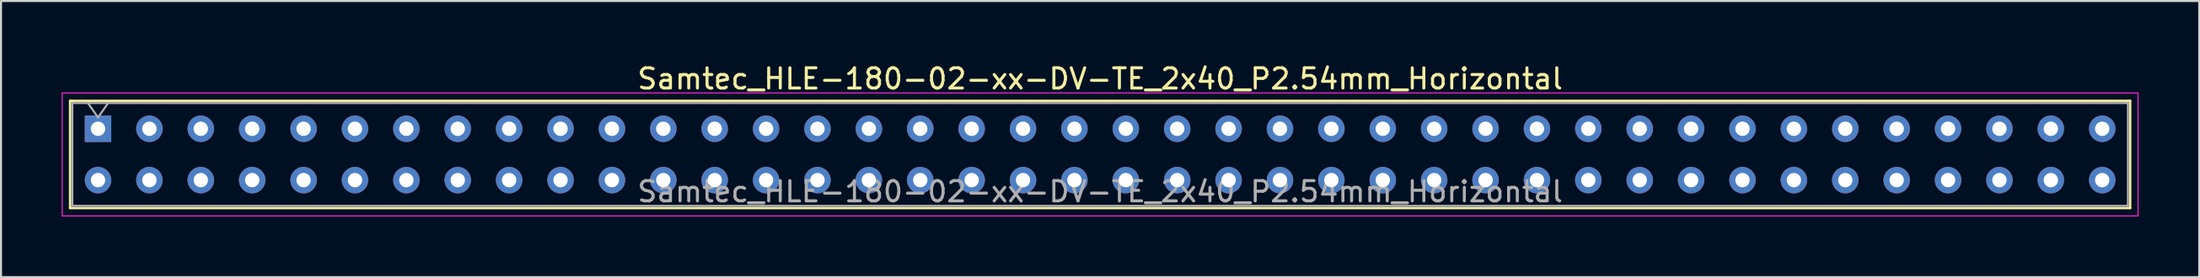
<source format=kicad_pcb>
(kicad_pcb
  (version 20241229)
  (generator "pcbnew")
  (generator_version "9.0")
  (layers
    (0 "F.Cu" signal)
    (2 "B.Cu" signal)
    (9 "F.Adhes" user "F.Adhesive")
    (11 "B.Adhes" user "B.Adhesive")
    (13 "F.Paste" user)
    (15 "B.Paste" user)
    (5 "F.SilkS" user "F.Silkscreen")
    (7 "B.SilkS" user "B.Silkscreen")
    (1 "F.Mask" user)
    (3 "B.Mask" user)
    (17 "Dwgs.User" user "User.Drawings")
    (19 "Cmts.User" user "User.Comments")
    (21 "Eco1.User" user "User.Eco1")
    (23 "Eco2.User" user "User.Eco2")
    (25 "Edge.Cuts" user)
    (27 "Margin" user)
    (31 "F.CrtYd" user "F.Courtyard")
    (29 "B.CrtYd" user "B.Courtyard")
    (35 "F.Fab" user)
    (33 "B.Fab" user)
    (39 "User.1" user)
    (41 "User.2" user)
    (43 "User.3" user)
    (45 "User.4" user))
  (footprint "Samtec_HLE-180-02-xx-DV-TE_2x40_P2.54mm_Horizontal"
    (layer "F.Cu")
    (at 1.795 3.318)
    (property "Reference" "Samtec_HLE-180-02-xx-DV-TE_2x40_P2.54mm_Horizontal" (at 49.53 -2.47 0) (layer "F.SilkS") (effects (font (size 1 1) (thickness 0.15))))
    (attr through_hole)
    (fp_line (start -1.38 -1.38) (end 100.44 -1.38) (stroke (width 0.12) (type solid)) (layer "F.SilkS"))
    (fp_line (start -1.38 3.92) (end -1.38 -1.38) (stroke (width 0.12) (type solid)) (layer "F.SilkS"))
    (fp_line (start 100.44 -1.38) (end 100.44 3.92) (stroke (width 0.12) (type solid)) (layer "F.SilkS"))
    (fp_line (start 100.44 3.92) (end -1.38 3.92) (stroke (width 0.12) (type solid)) (layer "F.SilkS"))
    (fp_line (start -1.77 -1.77) (end 100.83 -1.77) (stroke (width 0.05) (type solid)) (layer "F.CrtYd"))
    (fp_line (start -1.77 4.31) (end -1.77 -1.77) (stroke (width 0.05) (type solid)) (layer "F.CrtYd"))
    (fp_line (start 100.83 -1.77) (end 100.83 4.31) (stroke (width 0.05) (type solid)) (layer "F.CrtYd"))
    (fp_line (start 100.83 4.31) (end -1.77 4.31) (stroke (width 0.05) (type solid)) (layer "F.CrtYd"))
    (fp_line (start -1.27 -1.27) (end 100.33 -1.27) (stroke (width 0.1) (type solid)) (layer "F.Fab"))
    (fp_line (start -1.27 3.81) (end -1.27 -1.27) (stroke (width 0.1) (type solid)) (layer "F.Fab"))
    (fp_line (start -0.5 -1.27) (end 0 -0.563) (stroke (width 0.1) (type solid)) (layer "F.Fab"))
    (fp_line (start 0 -0.563) (end 0.5 -1.27) (stroke (width 0.1) (type solid)) (layer "F.Fab"))
    (fp_line (start 100.33 -1.27) (end 100.33 3.81) (stroke (width 0.1) (type solid)) (layer "F.Fab"))
    (fp_line (start 100.33 3.81) (end -1.27 3.81) (stroke (width 0.1) (type solid)) (layer "F.Fab"))
    (fp_text user "${REFERENCE}" (at 49.53 3.11 0) (layer "F.Fab") (effects (font (size 1 1) (thickness 0.15))))
    (pad "1" thru_hole rect (at 0 0) (size 1.31 1.31) (drill 0.71) (layers "*.Cu" "*.Mask"))
    (pad "2" thru_hole circle (at 0 2.54) (size 1.31 1.31) (drill 0.71) (layers "*.Cu" "*.Mask"))
    (pad "3" thru_hole circle (at 2.54 0) (size 1.31 1.31) (drill 0.71) (layers "*.Cu" "*.Mask"))
    (pad "4" thru_hole circle (at 2.54 2.54) (size 1.31 1.31) (drill 0.71) (layers "*.Cu" "*.Mask"))
    (pad "5" thru_hole circle (at 5.08 0) (size 1.31 1.31) (drill 0.71) (layers "*.Cu" "*.Mask"))
    (pad "6" thru_hole circle (at 5.08 2.54) (size 1.31 1.31) (drill 0.71) (layers "*.Cu" "*.Mask"))
    (pad "7" thru_hole circle (at 7.62 0) (size 1.31 1.31) (drill 0.71) (layers "*.Cu" "*.Mask"))
    (pad "8" thru_hole circle (at 7.62 2.54) (size 1.31 1.31) (drill 0.71) (layers "*.Cu" "*.Mask"))
    (pad "9" thru_hole circle (at 10.16 0) (size 1.31 1.31) (drill 0.71) (layers "*.Cu" "*.Mask"))
    (pad "10" thru_hole circle (at 10.16 2.54) (size 1.31 1.31) (drill 0.71) (layers "*.Cu" "*.Mask"))
    (pad "11" thru_hole circle (at 12.7 0) (size 1.31 1.31) (drill 0.71) (layers "*.Cu" "*.Mask"))
    (pad "12" thru_hole circle (at 12.7 2.54) (size 1.31 1.31) (drill 0.71) (layers "*.Cu" "*.Mask"))
    (pad "13" thru_hole circle (at 15.24 0) (size 1.31 1.31) (drill 0.71) (layers "*.Cu" "*.Mask"))
    (pad "14" thru_hole circle (at 15.24 2.54) (size 1.31 1.31) (drill 0.71) (layers "*.Cu" "*.Mask"))
    (pad "15" thru_hole circle (at 17.78 0) (size 1.31 1.31) (drill 0.71) (layers "*.Cu" "*.Mask"))
    (pad "16" thru_hole circle (at 17.78 2.54) (size 1.31 1.31) (drill 0.71) (layers "*.Cu" "*.Mask"))
    (pad "17" thru_hole circle (at 20.32 0) (size 1.31 1.31) (drill 0.71) (layers "*.Cu" "*.Mask"))
    (pad "18" thru_hole circle (at 20.32 2.54) (size 1.31 1.31) (drill 0.71) (layers "*.Cu" "*.Mask"))
    (pad "19" thru_hole circle (at 22.86 0) (size 1.31 1.31) (drill 0.71) (layers "*.Cu" "*.Mask"))
    (pad "20" thru_hole circle (at 22.86 2.54) (size 1.31 1.31) (drill 0.71) (layers "*.Cu" "*.Mask"))
    (pad "21" thru_hole circle (at 25.4 0) (size 1.31 1.31) (drill 0.71) (layers "*.Cu" "*.Mask"))
    (pad "22" thru_hole circle (at 25.4 2.54) (size 1.31 1.31) (drill 0.71) (layers "*.Cu" "*.Mask"))
    (pad "23" thru_hole circle (at 27.94 0) (size 1.31 1.31) (drill 0.71) (layers "*.Cu" "*.Mask"))
    (pad "24" thru_hole circle (at 27.94 2.54) (size 1.31 1.31) (drill 0.71) (layers "*.Cu" "*.Mask"))
    (pad "25" thru_hole circle (at 30.48 0) (size 1.31 1.31) (drill 0.71) (layers "*.Cu" "*.Mask"))
    (pad "26" thru_hole circle (at 30.48 2.54) (size 1.31 1.31) (drill 0.71) (layers "*.Cu" "*.Mask"))
    (pad "27" thru_hole circle (at 33.02 0) (size 1.31 1.31) (drill 0.71) (layers "*.Cu" "*.Mask"))
    (pad "28" thru_hole circle (at 33.02 2.54) (size 1.31 1.31) (drill 0.71) (layers "*.Cu" "*.Mask"))
    (pad "29" thru_hole circle (at 35.56 0) (size 1.31 1.31) (drill 0.71) (layers "*.Cu" "*.Mask"))
    (pad "30" thru_hole circle (at 35.56 2.54) (size 1.31 1.31) (drill 0.71) (layers "*.Cu" "*.Mask"))
    (pad "31" thru_hole circle (at 38.1 0) (size 1.31 1.31) (drill 0.71) (layers "*.Cu" "*.Mask"))
    (pad "32" thru_hole circle (at 38.1 2.54) (size 1.31 1.31) (drill 0.71) (layers "*.Cu" "*.Mask"))
    (pad "33" thru_hole circle (at 40.64 0) (size 1.31 1.31) (drill 0.71) (layers "*.Cu" "*.Mask"))
    (pad "34" thru_hole circle (at 40.64 2.54) (size 1.31 1.31) (drill 0.71) (layers "*.Cu" "*.Mask"))
    (pad "35" thru_hole circle (at 43.18 0) (size 1.31 1.31) (drill 0.71) (layers "*.Cu" "*.Mask"))
    (pad "36" thru_hole circle (at 43.18 2.54) (size 1.31 1.31) (drill 0.71) (layers "*.Cu" "*.Mask"))
    (pad "37" thru_hole circle (at 45.72 0) (size 1.31 1.31) (drill 0.71) (layers "*.Cu" "*.Mask"))
    (pad "38" thru_hole circle (at 45.72 2.54) (size 1.31 1.31) (drill 0.71) (layers "*.Cu" "*.Mask"))
    (pad "39" thru_hole circle (at 48.26 0) (size 1.31 1.31) (drill 0.71) (layers "*.Cu" "*.Mask"))
    (pad "40" thru_hole circle (at 48.26 2.54) (size 1.31 1.31) (drill 0.71) (layers "*.Cu" "*.Mask"))
    (pad "41" thru_hole circle (at 50.8 0) (size 1.31 1.31) (drill 0.71) (layers "*.Cu" "*.Mask"))
    (pad "42" thru_hole circle (at 50.8 2.54) (size 1.31 1.31) (drill 0.71) (layers "*.Cu" "*.Mask"))
    (pad "43" thru_hole circle (at 53.34 0) (size 1.31 1.31) (drill 0.71) (layers "*.Cu" "*.Mask"))
    (pad "44" thru_hole circle (at 53.34 2.54) (size 1.31 1.31) (drill 0.71) (layers "*.Cu" "*.Mask"))
    (pad "45" thru_hole circle (at 55.88 0) (size 1.31 1.31) (drill 0.71) (layers "*.Cu" "*.Mask"))
    (pad "46" thru_hole circle (at 55.88 2.54) (size 1.31 1.31) (drill 0.71) (layers "*.Cu" "*.Mask"))
    (pad "47" thru_hole circle (at 58.42 0) (size 1.31 1.31) (drill 0.71) (layers "*.Cu" "*.Mask"))
    (pad "48" thru_hole circle (at 58.42 2.54) (size 1.31 1.31) (drill 0.71) (layers "*.Cu" "*.Mask"))
    (pad "49" thru_hole circle (at 60.96 0) (size 1.31 1.31) (drill 0.71) (layers "*.Cu" "*.Mask"))
    (pad "50" thru_hole circle (at 60.96 2.54) (size 1.31 1.31) (drill 0.71) (layers "*.Cu" "*.Mask"))
    (pad "51" thru_hole circle (at 63.5 0) (size 1.31 1.31) (drill 0.71) (layers "*.Cu" "*.Mask"))
    (pad "52" thru_hole circle (at 63.5 2.54) (size 1.31 1.31) (drill 0.71) (layers "*.Cu" "*.Mask"))
    (pad "53" thru_hole circle (at 66.04 0) (size 1.31 1.31) (drill 0.71) (layers "*.Cu" "*.Mask"))
    (pad "54" thru_hole circle (at 66.04 2.54) (size 1.31 1.31) (drill 0.71) (layers "*.Cu" "*.Mask"))
    (pad "55" thru_hole circle (at 68.58 0) (size 1.31 1.31) (drill 0.71) (layers "*.Cu" "*.Mask"))
    (pad "56" thru_hole circle (at 68.58 2.54) (size 1.31 1.31) (drill 0.71) (layers "*.Cu" "*.Mask"))
    (pad "57" thru_hole circle (at 71.12 0) (size 1.31 1.31) (drill 0.71) (layers "*.Cu" "*.Mask"))
    (pad "58" thru_hole circle (at 71.12 2.54) (size 1.31 1.31) (drill 0.71) (layers "*.Cu" "*.Mask"))
    (pad "59" thru_hole circle (at 73.66 0) (size 1.31 1.31) (drill 0.71) (layers "*.Cu" "*.Mask"))
    (pad "60" thru_hole circle (at 73.66 2.54) (size 1.31 1.31) (drill 0.71) (layers "*.Cu" "*.Mask"))
    (pad "61" thru_hole circle (at 76.2 0) (size 1.31 1.31) (drill 0.71) (layers "*.Cu" "*.Mask"))
    (pad "62" thru_hole circle (at 76.2 2.54) (size 1.31 1.31) (drill 0.71) (layers "*.Cu" "*.Mask"))
    (pad "63" thru_hole circle (at 78.74 0) (size 1.31 1.31) (drill 0.71) (layers "*.Cu" "*.Mask"))
    (pad "64" thru_hole circle (at 78.74 2.54) (size 1.31 1.31) (drill 0.71) (layers "*.Cu" "*.Mask"))
    (pad "65" thru_hole circle (at 81.28 0) (size 1.31 1.31) (drill 0.71) (layers "*.Cu" "*.Mask"))
    (pad "66" thru_hole circle (at 81.28 2.54) (size 1.31 1.31) (drill 0.71) (layers "*.Cu" "*.Mask"))
    (pad "67" thru_hole circle (at 83.82 0) (size 1.31 1.31) (drill 0.71) (layers "*.Cu" "*.Mask"))
    (pad "68" thru_hole circle (at 83.82 2.54) (size 1.31 1.31) (drill 0.71) (layers "*.Cu" "*.Mask"))
    (pad "69" thru_hole circle (at 86.36 0) (size 1.31 1.31) (drill 0.71) (layers "*.Cu" "*.Mask"))
    (pad "70" thru_hole circle (at 86.36 2.54) (size 1.31 1.31) (drill 0.71) (layers "*.Cu" "*.Mask"))
    (pad "71" thru_hole circle (at 88.9 0) (size 1.31 1.31) (drill 0.71) (layers "*.Cu" "*.Mask"))
    (pad "72" thru_hole circle (at 88.9 2.54) (size 1.31 1.31) (drill 0.71) (layers "*.Cu" "*.Mask"))
    (pad "73" thru_hole circle (at 91.44 0) (size 1.31 1.31) (drill 0.71) (layers "*.Cu" "*.Mask"))
    (pad "74" thru_hole circle (at 91.44 2.54) (size 1.31 1.31) (drill 0.71) (layers "*.Cu" "*.Mask"))
    (pad "75" thru_hole circle (at 93.98 0) (size 1.31 1.31) (drill 0.71) (layers "*.Cu" "*.Mask"))
    (pad "76" thru_hole circle (at 93.98 2.54) (size 1.31 1.31) (drill 0.71) (layers "*.Cu" "*.Mask"))
    (pad "77" thru_hole circle (at 96.52 0) (size 1.31 1.31) (drill 0.71) (layers "*.Cu" "*.Mask"))
    (pad "78" thru_hole circle (at 96.52 2.54) (size 1.31 1.31) (drill 0.71) (layers "*.Cu" "*.Mask"))
    (pad "79" thru_hole circle (at 99.06 0) (size 1.31 1.31) (drill 0.71) (layers "*.Cu" "*.Mask"))
    (pad "80" thru_hole circle (at 99.06 2.54) (size 1.31 1.31) (drill 0.71) (layers "*.Cu" "*.Mask")))
  (gr_rect
    (start -3 -3)
    (end 105.65 10.653)
    (stroke (width 0.1) (type default))
    (fill no)
    (layer "Edge.Cuts")))
</source>
